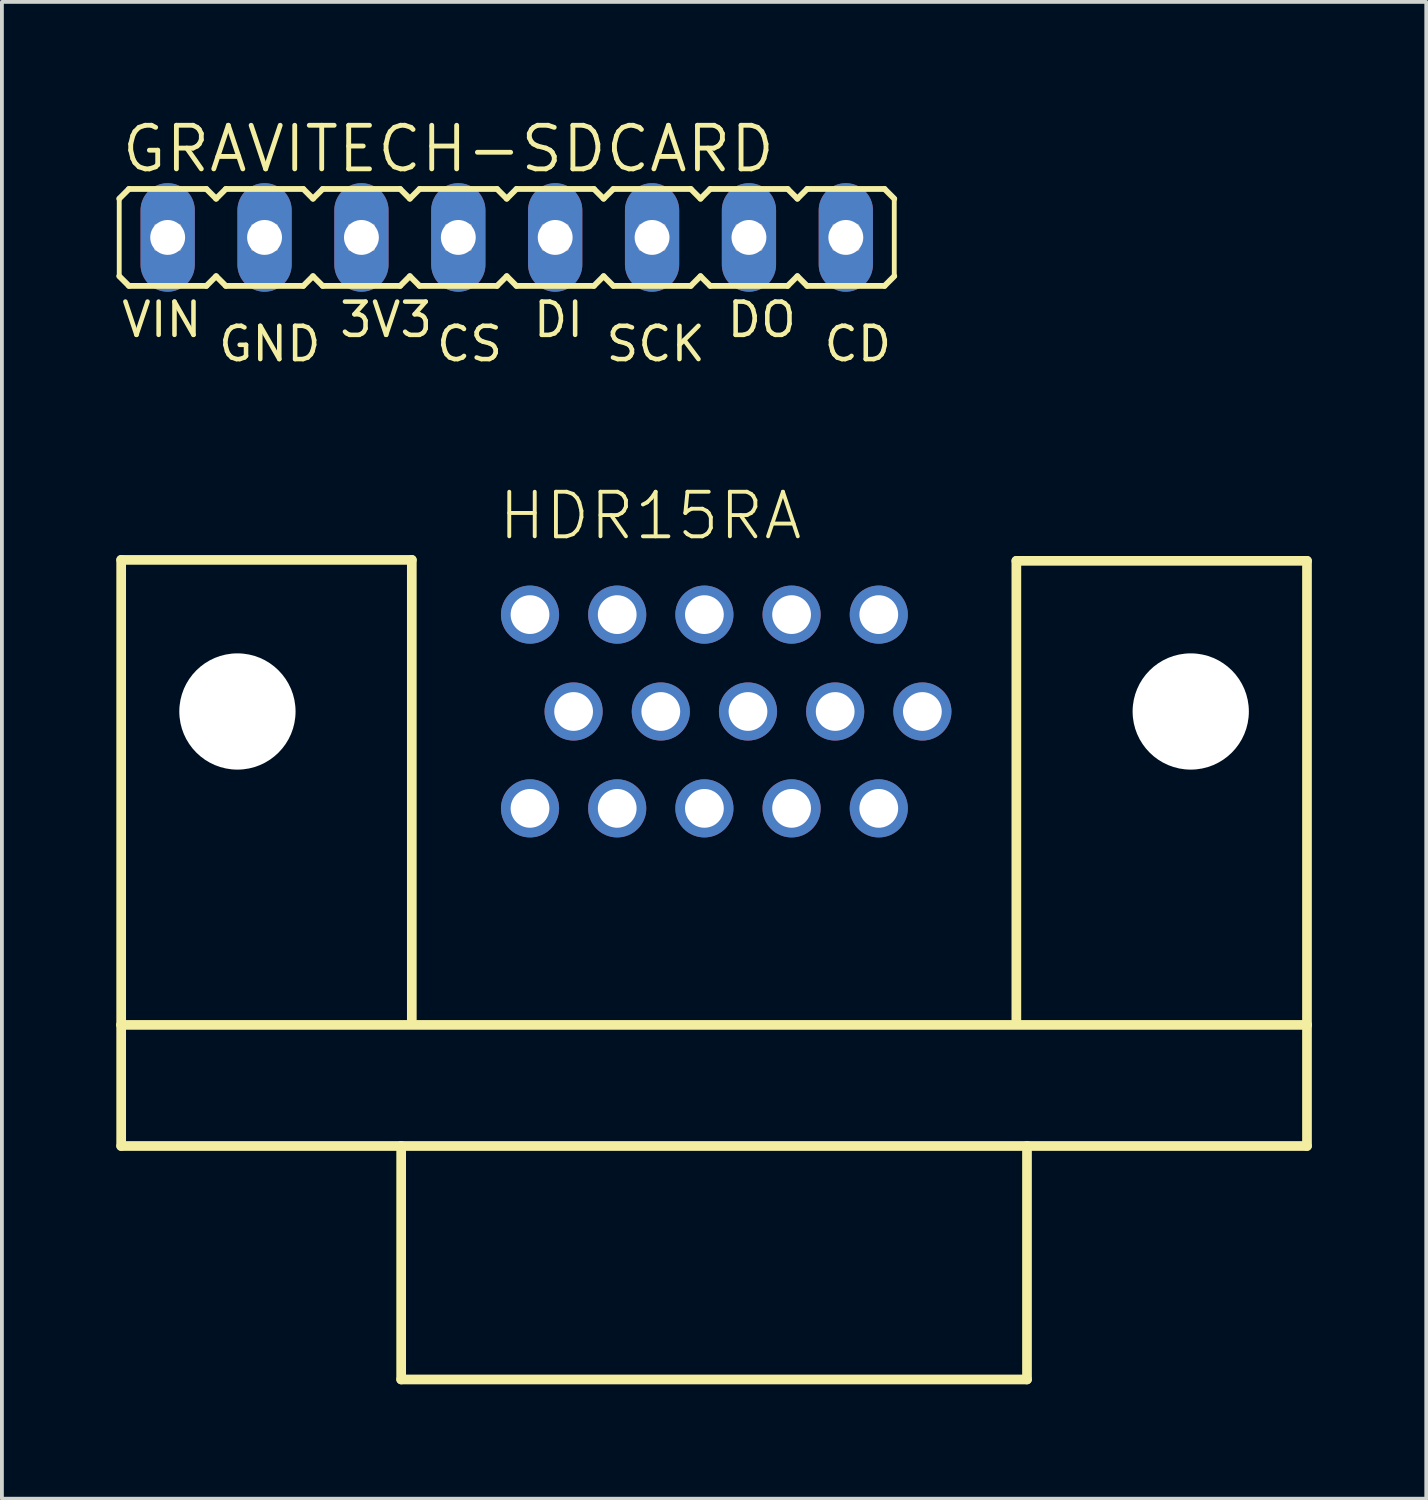
<source format=kicad_pcb>
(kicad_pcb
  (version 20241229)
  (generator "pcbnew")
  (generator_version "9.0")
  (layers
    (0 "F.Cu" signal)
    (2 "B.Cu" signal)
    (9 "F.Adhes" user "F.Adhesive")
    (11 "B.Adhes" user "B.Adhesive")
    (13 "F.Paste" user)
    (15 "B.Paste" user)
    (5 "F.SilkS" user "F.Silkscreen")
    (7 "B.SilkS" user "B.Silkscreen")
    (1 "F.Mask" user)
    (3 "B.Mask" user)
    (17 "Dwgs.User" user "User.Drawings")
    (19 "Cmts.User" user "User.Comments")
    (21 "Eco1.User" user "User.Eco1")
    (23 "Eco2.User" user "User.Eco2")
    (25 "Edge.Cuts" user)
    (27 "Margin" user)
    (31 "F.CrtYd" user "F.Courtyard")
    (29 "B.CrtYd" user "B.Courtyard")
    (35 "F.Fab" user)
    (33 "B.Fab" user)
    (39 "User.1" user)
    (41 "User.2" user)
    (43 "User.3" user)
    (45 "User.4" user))
  (footprint "GRAVITECH-SDCARD"
    (layer "F.Cu")
    (at 10.236 3.175)
    (property "Reference" "GRAVITECH-SDCARD" (at -10.16 -1.651 0) (layer "F.SilkS") (effects (font (size 1.143 1.143) (thickness 0.127)) (justify left bottom)))
    (fp_line (start -10.16 -1.016) (end -10.16 1.016) (stroke (width 0.127) (type solid)) (layer "F.SilkS"))
    (fp_line (start -10.16 -1.016) (end -9.906 -1.27) (stroke (width 0.152) (type solid)) (layer "F.SilkS"))
    (fp_line (start -10.16 1.016) (end -9.906 1.27) (stroke (width 0.152) (type solid)) (layer "F.SilkS"))
    (fp_line (start -7.874 -1.27) (end -9.906 -1.27) (stroke (width 0.152) (type solid)) (layer "F.SilkS"))
    (fp_line (start -7.874 -1.27) (end -7.62 -1.016) (stroke (width 0.152) (type solid)) (layer "F.SilkS"))
    (fp_line (start -7.874 1.27) (end -9.906 1.27) (stroke (width 0.152) (type solid)) (layer "F.SilkS"))
    (fp_line (start -7.874 1.27) (end -7.62 1.016) (stroke (width 0.152) (type solid)) (layer "F.SilkS"))
    (fp_line (start -7.62 -1.016) (end -7.366 -1.27) (stroke (width 0.152) (type solid)) (layer "F.SilkS"))
    (fp_line (start -7.62 1.016) (end -7.366 1.27) (stroke (width 0.152) (type solid)) (layer "F.SilkS"))
    (fp_line (start -5.334 -1.27) (end -7.366 -1.27) (stroke (width 0.152) (type solid)) (layer "F.SilkS"))
    (fp_line (start -5.334 -1.27) (end -5.08 -1.016) (stroke (width 0.152) (type solid)) (layer "F.SilkS"))
    (fp_line (start -5.334 1.27) (end -7.366 1.27) (stroke (width 0.152) (type solid)) (layer "F.SilkS"))
    (fp_line (start -5.334 1.27) (end -5.08 1.016) (stroke (width 0.152) (type solid)) (layer "F.SilkS"))
    (fp_line (start -5.08 -1.016) (end -4.826 -1.27) (stroke (width 0.152) (type solid)) (layer "F.SilkS"))
    (fp_line (start -5.08 1.016) (end -4.826 1.27) (stroke (width 0.152) (type solid)) (layer "F.SilkS"))
    (fp_line (start -2.794 -1.27) (end -4.826 -1.27) (stroke (width 0.152) (type solid)) (layer "F.SilkS"))
    (fp_line (start -2.794 -1.27) (end -2.54 -1.016) (stroke (width 0.152) (type solid)) (layer "F.SilkS"))
    (fp_line (start -2.794 1.27) (end -4.826 1.27) (stroke (width 0.152) (type solid)) (layer "F.SilkS"))
    (fp_line (start -2.794 1.27) (end -2.54 1.016) (stroke (width 0.152) (type solid)) (layer "F.SilkS"))
    (fp_line (start -2.54 -1.016) (end -2.286 -1.27) (stroke (width 0.152) (type solid)) (layer "F.SilkS"))
    (fp_line (start -2.54 1.016) (end -2.286 1.27) (stroke (width 0.152) (type solid)) (layer "F.SilkS"))
    (fp_line (start -0.254 -1.27) (end -2.286 -1.27) (stroke (width 0.152) (type solid)) (layer "F.SilkS"))
    (fp_line (start -0.254 -1.27) (end 0 -1.016) (stroke (width 0.152) (type solid)) (layer "F.SilkS"))
    (fp_line (start -0.254 1.27) (end -2.286 1.27) (stroke (width 0.152) (type solid)) (layer "F.SilkS"))
    (fp_line (start -0.254 1.27) (end 0 1.016) (stroke (width 0.152) (type solid)) (layer "F.SilkS"))
    (fp_line (start 0 -1.016) (end 0.254 -1.27) (stroke (width 0.152) (type solid)) (layer "F.SilkS"))
    (fp_line (start 0 1.016) (end 0.254 1.27) (stroke (width 0.152) (type solid)) (layer "F.SilkS"))
    (fp_line (start 2.286 -1.27) (end 0.254 -1.27) (stroke (width 0.152) (type solid)) (layer "F.SilkS"))
    (fp_line (start 2.286 -1.27) (end 2.54 -1.016) (stroke (width 0.152) (type solid)) (layer "F.SilkS"))
    (fp_line (start 2.286 1.27) (end 0.254 1.27) (stroke (width 0.152) (type solid)) (layer "F.SilkS"))
    (fp_line (start 2.286 1.27) (end 2.54 1.016) (stroke (width 0.152) (type solid)) (layer "F.SilkS"))
    (fp_line (start 2.54 -1.016) (end 2.794 -1.27) (stroke (width 0.152) (type solid)) (layer "F.SilkS"))
    (fp_line (start 2.54 1.016) (end 2.794 1.27) (stroke (width 0.152) (type solid)) (layer "F.SilkS"))
    (fp_line (start 4.826 -1.27) (end 2.794 -1.27) (stroke (width 0.152) (type solid)) (layer "F.SilkS"))
    (fp_line (start 4.826 -1.27) (end 5.08 -1.016) (stroke (width 0.152) (type solid)) (layer "F.SilkS"))
    (fp_line (start 4.826 1.27) (end 2.794 1.27) (stroke (width 0.152) (type solid)) (layer "F.SilkS"))
    (fp_line (start 4.826 1.27) (end 5.08 1.016) (stroke (width 0.152) (type solid)) (layer "F.SilkS"))
    (fp_line (start 5.08 -1.016) (end 5.334 -1.27) (stroke (width 0.152) (type solid)) (layer "F.SilkS"))
    (fp_line (start 5.08 1.016) (end 5.334 1.27) (stroke (width 0.152) (type solid)) (layer "F.SilkS"))
    (fp_line (start 7.366 -1.27) (end 5.334 -1.27) (stroke (width 0.152) (type solid)) (layer "F.SilkS"))
    (fp_line (start 7.366 -1.27) (end 7.62 -1.016) (stroke (width 0.152) (type solid)) (layer "F.SilkS"))
    (fp_line (start 7.366 1.27) (end 5.334 1.27) (stroke (width 0.152) (type solid)) (layer "F.SilkS"))
    (fp_line (start 7.366 1.27) (end 7.62 1.016) (stroke (width 0.152) (type solid)) (layer "F.SilkS"))
    (fp_line (start 7.62 -1.016) (end 7.874 -1.27) (stroke (width 0.152) (type solid)) (layer "F.SilkS"))
    (fp_line (start 7.62 1.016) (end 7.874 1.27) (stroke (width 0.152) (type solid)) (layer "F.SilkS"))
    (fp_line (start 9.906 -1.27) (end 7.874 -1.27) (stroke (width 0.152) (type solid)) (layer "F.SilkS"))
    (fp_line (start 9.906 -1.27) (end 10.16 -1.016) (stroke (width 0.152) (type solid)) (layer "F.SilkS"))
    (fp_line (start 9.906 1.27) (end 7.874 1.27) (stroke (width 0.152) (type solid)) (layer "F.SilkS"))
    (fp_line (start 9.906 1.27) (end 10.16 1.016) (stroke (width 0.152) (type solid)) (layer "F.SilkS"))
    (fp_line (start 10.16 -1.016) (end 10.16 1.016) (stroke (width 0.127) (type solid)) (layer "F.SilkS"))
    (fp_poly (pts (xy -9.195 0.305) (xy -8.585 0.305) (xy -8.585 -0.305) (xy -9.195 -0.305)) (stroke (width 0.1) (type default)) (fill no) (layer "F.Fab"))
    (fp_poly (pts (xy -6.655 0.305) (xy -6.045 0.305) (xy -6.045 -0.305) (xy -6.655 -0.305)) (stroke (width 0.1) (type default)) (fill no) (layer "F.Fab"))
    (fp_poly (pts (xy -4.115 0.305) (xy -3.505 0.305) (xy -3.505 -0.305) (xy -4.115 -0.305)) (stroke (width 0.1) (type default)) (fill no) (layer "F.Fab"))
    (fp_poly (pts (xy -1.575 0.305) (xy -0.965 0.305) (xy -0.965 -0.305) (xy -1.575 -0.305)) (stroke (width 0.1) (type default)) (fill no) (layer "F.Fab"))
    (fp_poly (pts (xy 0.965 0.305) (xy 1.575 0.305) (xy 1.575 -0.305) (xy 0.965 -0.305)) (stroke (width 0.1) (type default)) (fill no) (layer "F.Fab"))
    (fp_poly (pts (xy 3.505 0.305) (xy 4.115 0.305) (xy 4.115 -0.305) (xy 3.505 -0.305)) (stroke (width 0.1) (type default)) (fill no) (layer "F.Fab"))
    (fp_poly (pts (xy 6.045 0.305) (xy 6.655 0.305) (xy 6.655 -0.305) (xy 6.045 -0.305)) (stroke (width 0.1) (type default)) (fill no) (layer "F.Fab"))
    (fp_poly (pts (xy 8.585 0.305) (xy 9.195 0.305) (xy 9.195 -0.305) (xy 8.585 -0.305)) (stroke (width 0.1) (type default)) (fill no) (layer "F.Fab"))
    (fp_text user "VIN" (at -10.16 2.667 0) (layer "F.SilkS") (effects (font (size 0.872 0.872) (thickness 0.119)) (justify left bottom)))
    (fp_text user "3V3" (at -4.445 2.667 0) (layer "F.SilkS") (effects (font (size 0.872 0.872) (thickness 0.119)) (justify left bottom)))
    (fp_text user "CS" (at -1.905 3.302 0) (layer "F.SilkS") (effects (font (size 0.872 0.872) (thickness 0.119)) (justify left bottom)))
    (fp_text user "CD" (at 8.255 3.302 0) (layer "F.SilkS") (effects (font (size 0.872 0.872) (thickness 0.119)) (justify left bottom)))
    (fp_text user "DI" (at 0.635 2.667 0) (layer "F.SilkS") (effects (font (size 0.872 0.872) (thickness 0.119)) (justify left bottom)))
    (fp_text user "SCK" (at 2.54 3.302 0) (layer "F.SilkS") (effects (font (size 0.872 0.872) (thickness 0.119)) (justify left bottom)))
    (fp_text user "DO" (at 5.715 2.667 0) (layer "F.SilkS") (effects (font (size 0.872 0.872) (thickness 0.119)) (justify left bottom)))
    (fp_text user "GND" (at -7.62 3.302 0) (layer "F.SilkS") (effects (font (size 0.872 0.872) (thickness 0.119)) (justify left bottom)))
    (pad "3V3" thru_hole oval (at -3.81 0 90) (size 2.845 1.422) (drill 0.914) (layers "*.Cu" "*.Mask"))
    (pad "CD" thru_hole oval (at 8.89 0 90) (size 2.845 1.422) (drill 0.914) (layers "*.Cu" "*.Mask"))
    (pad "CS" thru_hole oval (at -1.27 0 90) (size 2.845 1.422) (drill 0.914) (layers "*.Cu" "*.Mask"))
    (pad "DI" thru_hole oval (at 1.27 0 90) (size 2.845 1.422) (drill 0.914) (layers "*.Cu" "*.Mask"))
    (pad "DO" thru_hole oval (at 6.35 0 90) (size 2.845 1.422) (drill 0.914) (layers "*.Cu" "*.Mask"))
    (pad "GND" thru_hole oval (at -6.35 0 90) (size 2.845 1.422) (drill 0.914) (layers "*.Cu" "*.Mask"))
    (pad "SCK" thru_hole oval (at 3.81 0 90) (size 2.845 1.422) (drill 0.914) (layers "*.Cu" "*.Mask"))
    (pad "VIN" thru_hole oval (at -8.89 0 90) (size 2.845 1.422) (drill 0.914) (layers "*.Cu" "*.Mask")))
  (footprint "HDR15RA"
    (layer "F.Cu")
    (at 15.672 15.604)
    (property "Reference" "HDR15RA" (at -5.715 -4.445 0) (layer "F.SilkS") (effects (font (size 1.168 1.168) (thickness 0.102)) (justify left bottom)))
    (fp_line (start -15.545 -3.975) (end -7.925 -3.975) (stroke (width 0.254) (type solid)) (layer "F.SilkS"))
    (fp_line (start -15.545 8.217) (end -15.545 -3.975) (stroke (width 0.254) (type solid)) (layer "F.SilkS"))
    (fp_line (start -15.545 8.217) (end 15.545 8.217) (stroke (width 0.254) (type solid)) (layer "F.SilkS"))
    (fp_line (start -15.545 11.392) (end -15.545 8.217) (stroke (width 0.254) (type solid)) (layer "F.SilkS"))
    (fp_line (start -8.204 11.392) (end -15.545 11.392) (stroke (width 0.254) (type solid)) (layer "F.SilkS"))
    (fp_line (start -8.204 11.392) (end 8.204 11.392) (stroke (width 0.254) (type solid)) (layer "F.SilkS"))
    (fp_line (start -8.204 17.513) (end -8.204 11.392) (stroke (width 0.254) (type solid)) (layer "F.SilkS"))
    (fp_line (start -7.925 -3.975) (end -7.925 8.077) (stroke (width 0.254) (type solid)) (layer "F.SilkS"))
    (fp_line (start 7.925 -3.95) (end 7.925 8.077) (stroke (width 0.254) (type solid)) (layer "F.SilkS"))
    (fp_line (start 8.204 11.392) (end 8.204 17.513) (stroke (width 0.254) (type solid)) (layer "F.SilkS"))
    (fp_line (start 8.204 17.513) (end -8.204 17.513) (stroke (width 0.254) (type solid)) (layer "F.SilkS"))
    (fp_line (start 15.545 -3.95) (end 7.925 -3.95) (stroke (width 0.254) (type solid)) (layer "F.SilkS"))
    (fp_line (start 15.545 -3.95) (end 15.545 8.217) (stroke (width 0.254) (type solid)) (layer "F.SilkS"))
    (fp_line (start 15.545 8.217) (end 15.545 11.392) (stroke (width 0.254) (type solid)) (layer "F.SilkS"))
    (fp_line (start 15.545 11.392) (end 8.204 11.392) (stroke (width 0.254) (type solid)) (layer "F.SilkS"))
    (pad "" np_thru_hole circle (at -12.497 0) (size 3.048 3.048) (drill 3.048) (layers "*.Cu" "*.Mask"))
    (pad "" np_thru_hole circle (at 12.497 0) (size 3.048 3.048) (drill 3.048) (layers "*.Cu" "*.Mask"))
    (pad "1" thru_hole circle (at 4.318 -2.54) (size 1.524 1.524) (drill 1.016) (layers "*.Cu" "*.Mask"))
    (pad "2" thru_hole circle (at 2.032 -2.54) (size 1.524 1.524) (drill 1.016) (layers "*.Cu" "*.Mask"))
    (pad "3" thru_hole circle (at -0.254 -2.54) (size 1.524 1.524) (drill 1.016) (layers "*.Cu" "*.Mask"))
    (pad "4" thru_hole circle (at -2.54 -2.54) (size 1.524 1.524) (drill 1.016) (layers "*.Cu" "*.Mask"))
    (pad "5" thru_hole circle (at -4.826 -2.54) (size 1.524 1.524) (drill 1.016) (layers "*.Cu" "*.Mask"))
    (pad "6" thru_hole circle (at 5.461 0) (size 1.524 1.524) (drill 1.016) (layers "*.Cu" "*.Mask"))
    (pad "7" thru_hole circle (at 3.175 0) (size 1.524 1.524) (drill 1.016) (layers "*.Cu" "*.Mask"))
    (pad "8" thru_hole circle (at 0.889 0) (size 1.524 1.524) (drill 1.016) (layers "*.Cu" "*.Mask"))
    (pad "9" thru_hole circle (at -1.397 0) (size 1.524 1.524) (drill 1.016) (layers "*.Cu" "*.Mask"))
    (pad "10" thru_hole circle (at -3.683 0) (size 1.524 1.524) (drill 1.016) (layers "*.Cu" "*.Mask"))
    (pad "11" thru_hole circle (at 4.318 2.54) (size 1.524 1.524) (drill 1.016) (layers "*.Cu" "*.Mask"))
    (pad "12" thru_hole circle (at 2.032 2.54) (size 1.524 1.524) (drill 1.016) (layers "*.Cu" "*.Mask"))
    (pad "13" thru_hole circle (at -0.254 2.54) (size 1.524 1.524) (drill 1.016) (layers "*.Cu" "*.Mask"))
    (pad "14" thru_hole circle (at -2.54 2.54) (size 1.524 1.524) (drill 1.016) (layers "*.Cu" "*.Mask"))
    (pad "15" thru_hole circle (at -4.826 2.54) (size 1.524 1.524) (drill 1.016) (layers "*.Cu" "*.Mask")))
  (gr_rect
    (start -3 -3)
    (end 34.344 36.244)
    (stroke (width 0.1) (type default))
    (fill no)
    (layer "Edge.Cuts")))
</source>
